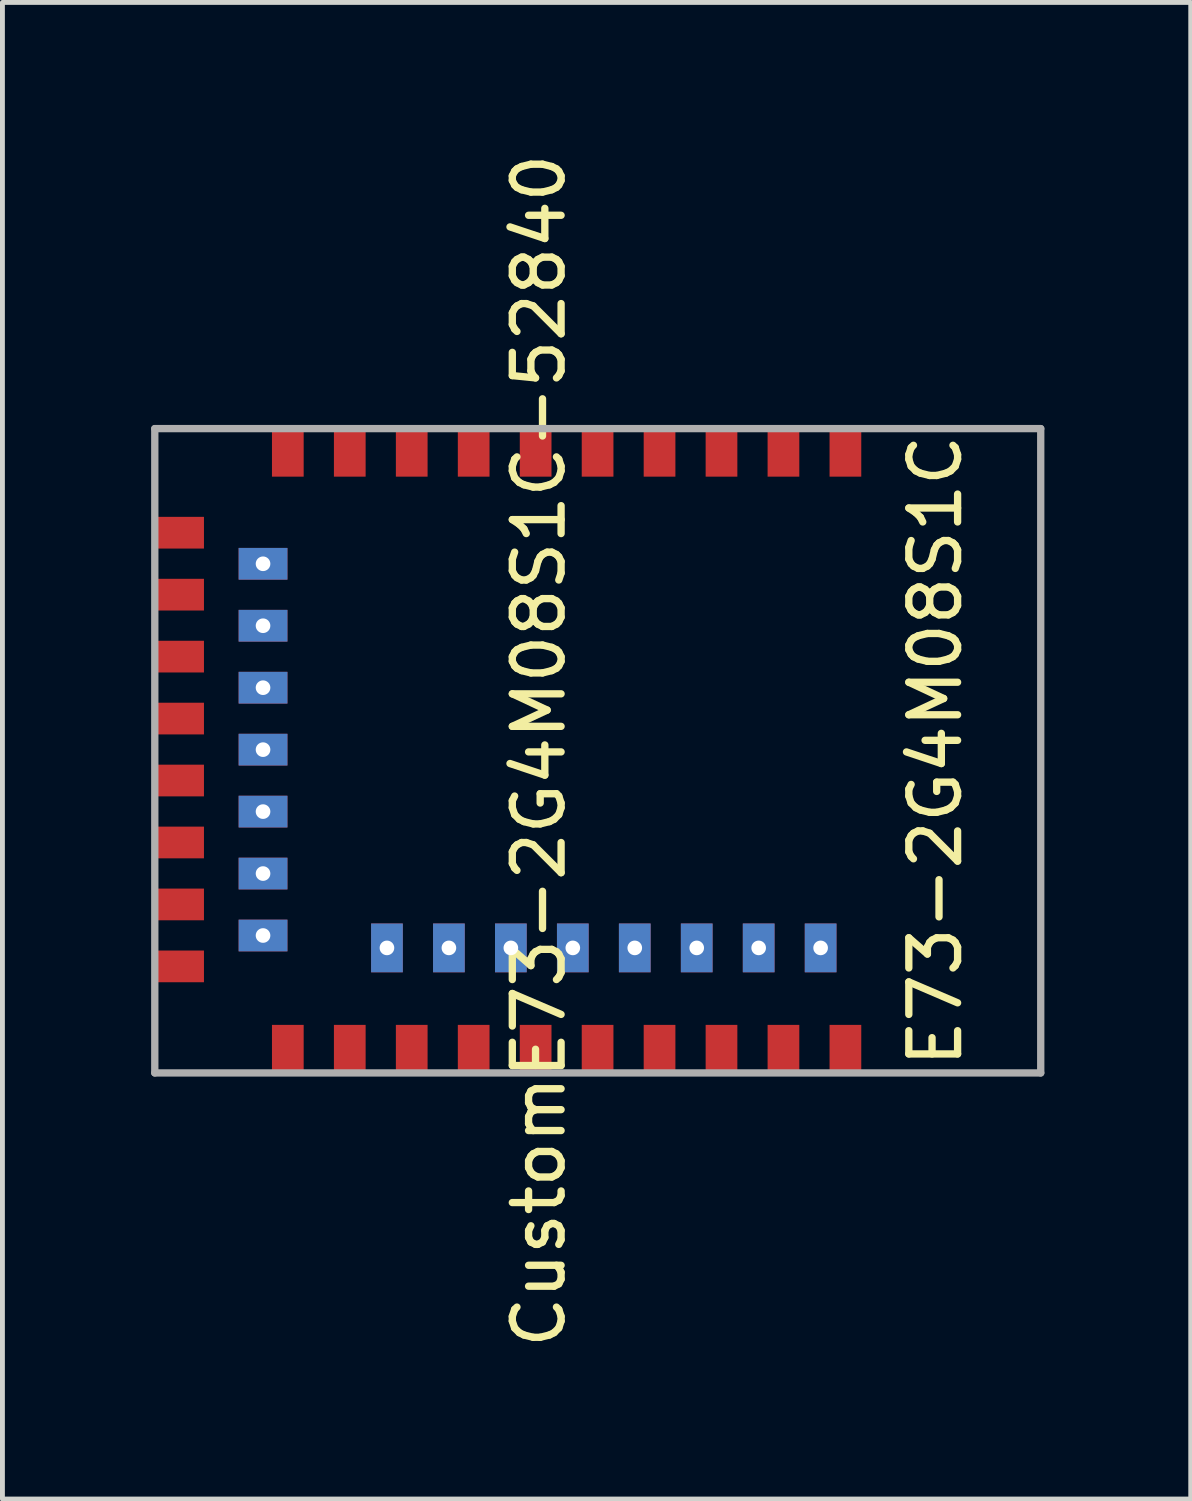
<source format=kicad_pcb>
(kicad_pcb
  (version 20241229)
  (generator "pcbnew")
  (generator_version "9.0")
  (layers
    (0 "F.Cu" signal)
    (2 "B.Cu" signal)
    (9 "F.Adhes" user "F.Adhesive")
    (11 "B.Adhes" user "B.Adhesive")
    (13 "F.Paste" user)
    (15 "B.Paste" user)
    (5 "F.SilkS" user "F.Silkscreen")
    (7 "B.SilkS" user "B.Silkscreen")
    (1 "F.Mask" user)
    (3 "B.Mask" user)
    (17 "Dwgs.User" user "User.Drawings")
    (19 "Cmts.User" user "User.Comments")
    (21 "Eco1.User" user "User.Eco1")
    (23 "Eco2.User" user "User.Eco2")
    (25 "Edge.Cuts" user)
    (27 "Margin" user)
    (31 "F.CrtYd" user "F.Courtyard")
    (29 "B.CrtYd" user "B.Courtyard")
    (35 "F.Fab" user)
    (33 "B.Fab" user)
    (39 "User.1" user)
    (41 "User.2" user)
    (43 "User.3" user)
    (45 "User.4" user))
  (footprint "CustomE73-2G4M08S1C-52840"
    (layer "F.Cu")
    (at 0.25 12.34)
    (property "Reference" "CustomE73-2G4M08S1C-52840" (at 7.747 -0.000467 270) (layer "F.SilkS") (effects (font (size 1 1) (thickness 0.15))))
    (attr through_hole)
    (fp_line (start -0.127 -6.604) (end -0.127 6.604) (stroke (width 0.15) (type solid)) (layer "F.Fab"))
    (fp_line (start -0.127 6.604) (end 18.034 6.604) (stroke (width 0.15) (type solid)) (layer "F.Fab"))
    (fp_line (start 18.034 -6.604) (end -0.127 -6.604) (stroke (width 0.15) (type solid)) (layer "F.Fab"))
    (fp_line (start 18.034 6.604) (end 18.034 -6.604) (stroke (width 0.15) (type solid)) (layer "F.Fab"))
    (fp_text user "E73-2G4M08S1C" (at 15.875 0 90) (layer "F.SilkS") (effects (font (size 1 1) (thickness 0.15))))
    (pad "1" smd rect (at 14.03 -6.119) (size 0.65 1) (layers "F.Cu" "F.Mask" "F.Paste"))
    (pad "2" smd rect (at 12.76 -6.119) (size 0.65 1) (layers "F.Cu" "F.Mask" "F.Paste"))
    (pad "3" smd rect (at 11.49 -6.119) (size 0.65 1) (layers "F.Cu" "F.Mask" "F.Paste"))
    (pad "4" smd rect (at 10.22 -6.119) (size 0.65 1) (layers "F.Cu" "F.Mask" "F.Paste"))
    (pad "5" smd rect (at 8.95 -6.119) (size 0.65 1) (layers "F.Cu" "F.Mask" "F.Paste"))
    (pad "6" smd rect (at 7.68 -6.119) (size 0.65 1) (layers "F.Cu" "F.Mask" "F.Paste"))
    (pad "7" smd rect (at 6.41 -6.119) (size 0.65 1) (layers "F.Cu" "F.Mask" "F.Paste"))
    (pad "8" smd rect (at 5.14 -6.119) (size 0.65 1) (layers "F.Cu" "F.Mask" "F.Paste"))
    (pad "9" smd rect (at 3.87 -6.119) (size 0.65 1) (layers "F.Cu" "F.Mask" "F.Paste"))
    (pad "10" smd rect (at 2.6 -6.119) (size 0.65 1) (layers "F.Cu" "F.Mask" "F.Paste"))
    (pad "11" smd rect (at 0.381 -4.47 90) (size 0.65 1) (layers "F.Cu" "F.Mask" "F.Paste"))
    (pad "12" thru_hole rect (at 2.092 -3.833 90) (size 0.65 1) (drill 0.3) (layers "*.Cu" "*.Mask"))
    (pad "13" smd rect (at 0.381 -3.2 90) (size 0.65 1) (layers "F.Cu" "F.Mask" "F.Paste"))
    (pad "14" thru_hole rect (at 2.092 -2.563 90) (size 0.65 1) (drill 0.3) (layers "*.Cu" "*.Mask"))
    (pad "15" smd rect (at 0.381 -1.93 90) (size 0.65 1) (layers "F.Cu" "F.Mask" "F.Paste"))
    (pad "16" thru_hole rect (at 2.092 -1.293 90) (size 0.65 1) (drill 0.3) (layers "*.Cu" "*.Mask"))
    (pad "17" smd rect (at 0.381 -0.66 90) (size 0.65 1) (layers "F.Cu" "F.Mask" "F.Paste"))
    (pad "18" thru_hole rect (at 2.092 -0.023 90) (size 0.65 1) (drill 0.3) (layers "*.Cu" "*.Mask"))
    (pad "19" smd rect (at 0.381 0.61 90) (size 0.65 1) (layers "F.Cu" "F.Mask" "F.Paste"))
    (pad "20" thru_hole rect (at 2.092 1.247 90) (size 0.65 1) (drill 0.3) (layers "*.Cu" "*.Mask"))
    (pad "21" smd rect (at 0.381 1.88 90) (size 0.65 1) (layers "F.Cu" "F.Mask" "F.Paste"))
    (pad "22" thru_hole rect (at 2.092 2.517 90) (size 0.65 1) (drill 0.3) (layers "*.Cu" "*.Mask"))
    (pad "23" smd rect (at 0.381 3.15 90) (size 0.65 1) (layers "F.Cu" "F.Mask" "F.Paste"))
    (pad "24" thru_hole rect (at 2.092 3.787 90) (size 0.65 1) (drill 0.3) (layers "*.Cu" "*.Mask"))
    (pad "25" smd rect (at 0.381 4.42 90) (size 0.65 1) (layers "F.Cu" "F.Mask" "F.Paste"))
    (pad "26" smd rect (at 2.6 6.119) (size 0.65 1) (layers "F.Cu" "F.Mask" "F.Paste"))
    (pad "27" smd rect (at 3.87 6.119) (size 0.65 1) (layers "F.Cu" "F.Mask" "F.Paste"))
    (pad "28" thru_hole rect (at 4.632 4.041) (size 0.65 1) (drill 0.3) (layers "*.Cu" "*.Mask"))
    (pad "29" smd rect (at 5.14 6.119) (size 0.65 1) (layers "F.Cu" "F.Mask" "F.Paste"))
    (pad "30" thru_hole rect (at 5.902 4.041) (size 0.65 1) (drill 0.3) (layers "*.Cu" "*.Mask"))
    (pad "31" smd rect (at 6.41 6.119) (size 0.65 1) (layers "F.Cu" "F.Mask" "F.Paste"))
    (pad "32" thru_hole rect (at 7.172 4.041) (size 0.65 1) (drill 0.3) (layers "*.Cu" "*.Mask"))
    (pad "33" smd rect (at 7.68 6.119) (size 0.65 1) (layers "F.Cu" "F.Mask" "F.Paste"))
    (pad "34" thru_hole rect (at 8.442 4.041) (size 0.65 1) (drill 0.3) (layers "*.Cu" "*.Mask"))
    (pad "35" smd rect (at 8.95 6.119) (size 0.65 1) (layers "F.Cu" "F.Mask" "F.Paste"))
    (pad "36" thru_hole rect (at 9.712 4.041) (size 0.65 1) (drill 0.3) (layers "*.Cu" "*.Mask"))
    (pad "37" smd rect (at 10.22 6.119) (size 0.65 1) (layers "F.Cu" "F.Mask" "F.Paste"))
    (pad "38" thru_hole rect (at 10.982 4.041) (size 0.65 1) (drill 0.3) (layers "*.Cu" "*.Mask"))
    (pad "39" smd rect (at 11.49 6.119) (size 0.65 1) (layers "F.Cu" "F.Mask" "F.Paste"))
    (pad "40" thru_hole rect (at 12.252 4.041) (size 0.65 1) (drill 0.3) (layers "*.Cu" "*.Mask"))
    (pad "41" smd rect (at 12.76 6.119) (size 0.65 1) (layers "F.Cu" "F.Mask" "F.Paste"))
    (pad "42" thru_hole rect (at 13.522 4.041) (size 0.65 1) (drill 0.3) (layers "*.Cu" "*.Mask"))
    (pad "43" smd rect (at 14.03 6.119) (size 0.65 1) (layers "F.Cu" "F.Mask" "F.Paste")))
  (gr_rect
    (start -3 -3)
    (end 21.359 27.679)
    (stroke (width 0.1) (type default))
    (fill no)
    (layer "Edge.Cuts")))
</source>
